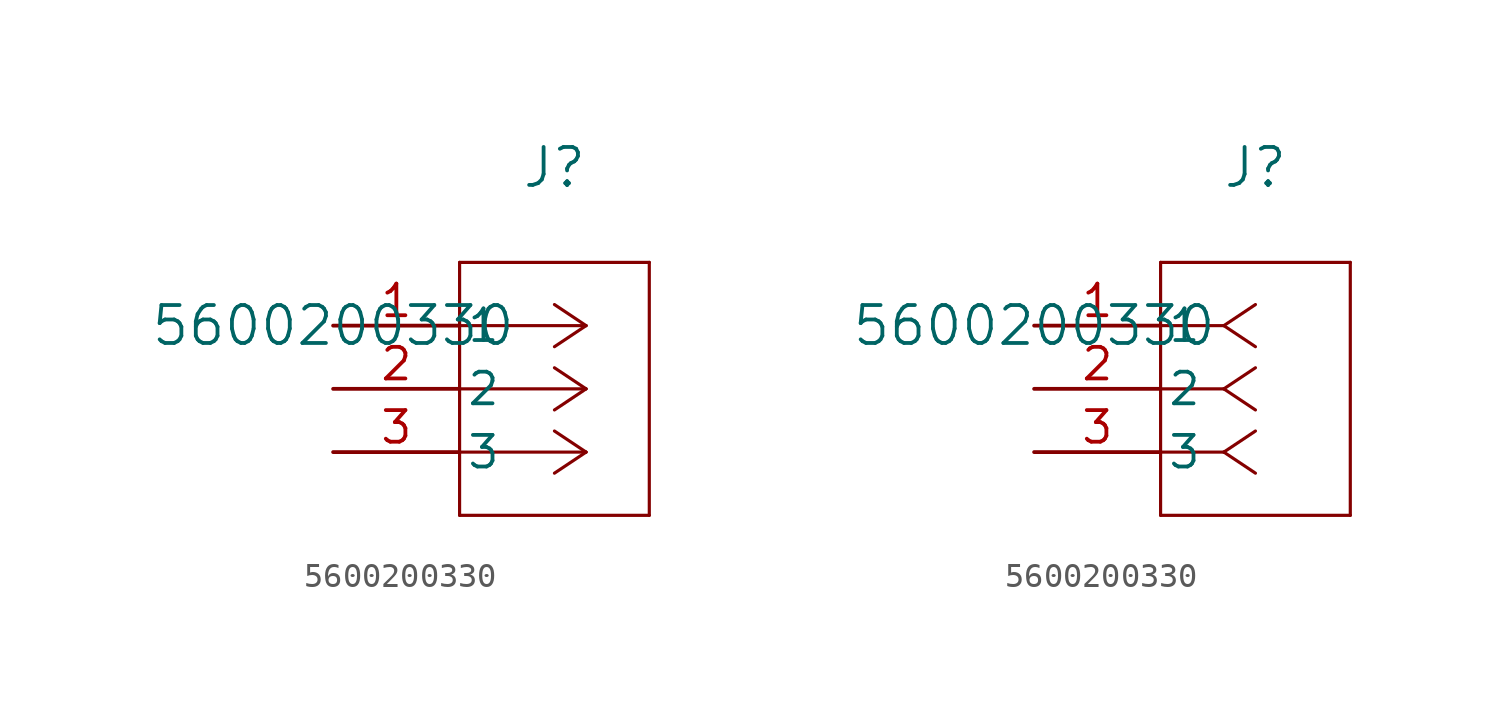
<source format=kicad_sym>
(kicad_symbol_lib
  (version 20211014)
  (generator kicad_symbol_editor)
  (symbol "5600200330"
    (pin_names
      (offset 0.254))
    (property "Reference" "J"
      (at 8.89 6.35 0)
      (effects (font (size 1.524 1.524))))
    (property "Value" "5600200330"
      (at 0 0 0)
      (effects (font (size 1.524 1.524))))
    (symbol "5600200330_1_1"
      (polyline (pts (xy 10.16 0) (xy 5.08 0)) (stroke (width .127) (type default) (color 0 0 0 0)) (fill (type none)))
      (polyline (pts (xy 10.16 -2.54) (xy 5.08 -2.54)) (stroke (width .127) (type default) (color 0 0 0 0)) (fill (type none)))
      (polyline (pts (xy 10.16 -5.08) (xy 5.08 -5.08)) (stroke (width .127) (type default) (color 0 0 0 0)) (fill (type none)))
      (polyline (pts (xy 10.16 0) (xy 8.89 .846666)) (stroke (width .127) (type default) (color 0 0 0 0)) (fill (type none)))
      (polyline (pts (xy 10.16 -2.54) (xy 8.89 -1.693)) (stroke (width .127) (type default) (color 0 0 0 0)) (fill (type none)))
      (polyline (pts (xy 10.16 -5.08) (xy 8.89 -4.233)) (stroke (width .127) (type default) (color 0 0 0 0)) (fill (type none)))
      (polyline (pts (xy 10.16 0) (xy 8.89 -.846666)) (stroke (width .127) (type default) (color 0 0 0 0)) (fill (type none)))
      (polyline (pts (xy 10.16 -2.54) (xy 8.89 -3.387)) (stroke (width .127) (type default) (color 0 0 0 0)) (fill (type none)))
      (polyline (pts (xy 10.16 -5.08) (xy 8.89 -5.927)) (stroke (width .127) (type default) (color 0 0 0 0)) (fill (type none)))
      (polyline (pts (xy 5.08 2.54) (xy 5.08 -7.62)) (stroke (width .127) (type default) (color 0 0 0 0)) (fill (type none)))
      (polyline (pts (xy 5.08 -7.62) (xy 12.7 -7.62)) (stroke (width .127) (type default) (color 0 0 0 0)) (fill (type none)))
      (polyline (pts (xy 12.7 -7.62) (xy 12.7 2.54)) (stroke (width .127) (type default) (color 0 0 0 0)) (fill (type none)))
      (polyline (pts (xy 12.7 2.54) (xy 5.08 2.54)) (stroke (width .127) (type default) (color 0 0 0 0)) (fill (type none)))
      (pin unspecified line (at 0 0 0) (length 5.08) (name "1" (effects (font (size 1.27 1.27)))) (number "1" (effects (font (size 1.27 1.27)))))
      (pin unspecified line (at 0 -2.54 0) (length 5.08) (name "2" (effects (font (size 1.27 1.27)))) (number "2" (effects (font (size 1.27 1.27)))))
      (pin unspecified line (at 0 -5.08 0) (length 5.08) (name "3" (effects (font (size 1.27 1.27)))) (number "3" (effects (font (size 1.27 1.27))))))
    (symbol "5600200330_1_2"
      (polyline (pts (xy 7.62 0) (xy 5.08 0)) (stroke (width .127) (type default) (color 0 0 0 0)) (fill (type none)))
      (polyline (pts (xy 7.62 -2.54) (xy 5.08 -2.54)) (stroke (width .127) (type default) (color 0 0 0 0)) (fill (type none)))
      (polyline (pts (xy 7.62 -5.08) (xy 5.08 -5.08)) (stroke (width .127) (type default) (color 0 0 0 0)) (fill (type none)))
      (polyline (pts (xy 7.62 0) (xy 8.89 .846666)) (stroke (width .127) (type default) (color 0 0 0 0)) (fill (type none)))
      (polyline (pts (xy 7.62 -2.54) (xy 8.89 -1.693)) (stroke (width .127) (type default) (color 0 0 0 0)) (fill (type none)))
      (polyline (pts (xy 7.62 -5.08) (xy 8.89 -4.233)) (stroke (width .127) (type default) (color 0 0 0 0)) (fill (type none)))
      (polyline (pts (xy 7.62 0) (xy 8.89 -.846666)) (stroke (width .127) (type default) (color 0 0 0 0)) (fill (type none)))
      (polyline (pts (xy 7.62 -2.54) (xy 8.89 -3.387)) (stroke (width .127) (type default) (color 0 0 0 0)) (fill (type none)))
      (polyline (pts (xy 7.62 -5.08) (xy 8.89 -5.927)) (stroke (width .127) (type default) (color 0 0 0 0)) (fill (type none)))
      (polyline (pts (xy 5.08 2.54) (xy 5.08 -7.62)) (stroke (width .127) (type default) (color 0 0 0 0)) (fill (type none)))
      (polyline (pts (xy 5.08 -7.62) (xy 12.7 -7.62)) (stroke (width .127) (type default) (color 0 0 0 0)) (fill (type none)))
      (polyline (pts (xy 12.7 -7.62) (xy 12.7 2.54)) (stroke (width .127) (type default) (color 0 0 0 0)) (fill (type none)))
      (polyline (pts (xy 12.7 2.54) (xy 5.08 2.54)) (stroke (width .127) (type default) (color 0 0 0 0)) (fill (type none)))
      (pin unspecified line (at 0 0 0) (length 5.08) (name "1" (effects (font (size 1.27 1.27)))) (number "1" (effects (font (size 1.27 1.27)))))
      (pin unspecified line (at 0 -2.54 0) (length 5.08) (name "2" (effects (font (size 1.27 1.27)))) (number "2" (effects (font (size 1.27 1.27)))))
      (pin unspecified line (at 0 -5.08 0) (length 5.08) (name "3" (effects (font (size 1.27 1.27)))) (number "3" (effects (font (size 1.27 1.27))))))))
</source>
